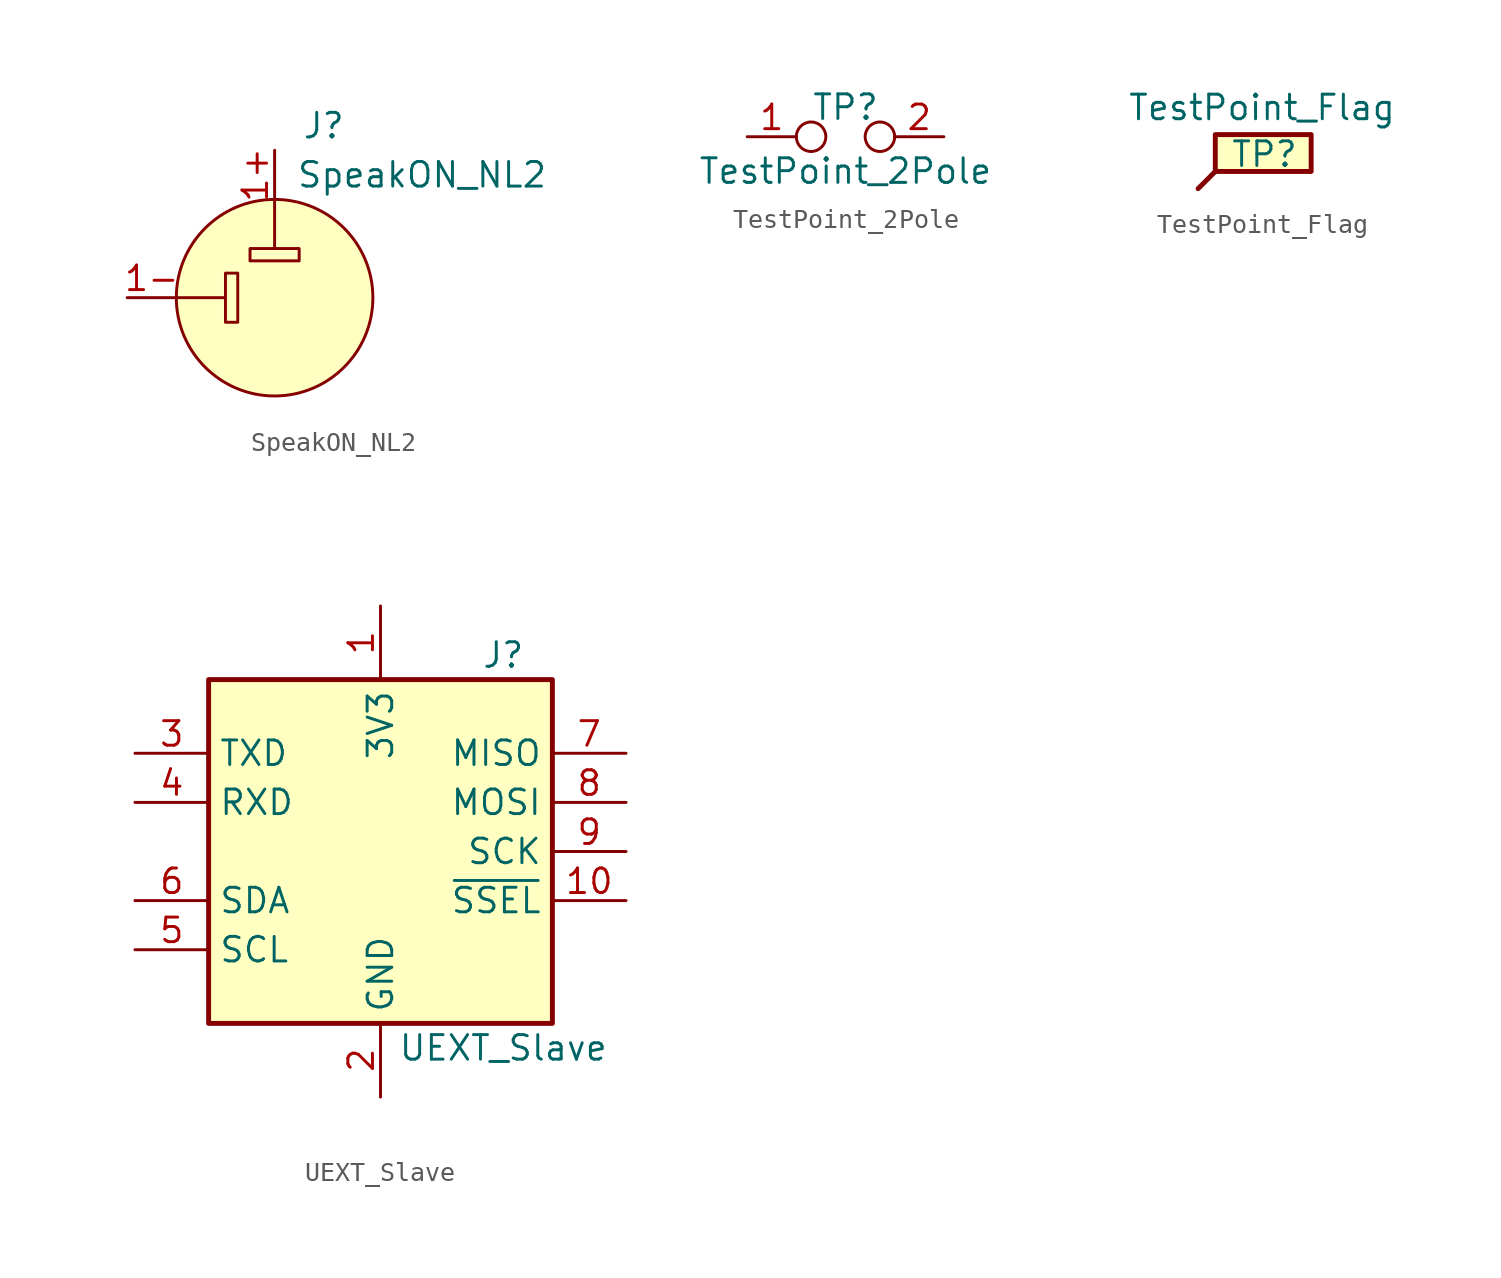
<source format=kicad_sym>
(kicad_symbol_lib
  (version 20211014)
  (generator kicad_symbol_editor)
  (symbol "SpeakON_NL2"
    (pin_names hide)
    (property "Reference" "J"
      (at 2.54 8.89 0)
      (effects (font (size 1.27 1.27))))
    (property "Value" "SpeakON_NL2"
      (at 7.62 6.35 0)
      (effects (font (size 1.27 1.27))))
    (symbol "SpeakON_NL2_0_1"
      (rectangle (start -2.54 1.27) (end -1.905 -1.27) (stroke (width 0) (type default) (color 0 0 0 0)) (fill (type none)))
      (rectangle (start -1.27 2.54) (end 1.27 1.905) (stroke (width 0) (type default) (color 0 0 0 0)) (fill (type none)))
      (polyline (pts (xy -5.08 0) (xy -2.54 0)) (stroke (width 0) (type default) (color 0 0 0 0)) (fill (type none)))
      (polyline (pts (xy 0 5.08) (xy 0 2.54)) (stroke (width 0) (type default) (color 0 0 0 0)) (fill (type none)))
      (circle (center 0 0) (radius 5.08) (stroke (width 0) (type default) (color 0 0 0 0)) (fill (type background)))
      (pin passive line (at -7.62 0 0) (length 2.54) (name "1-" (effects (font (size 1.27 1.27)))) (number "1-" (effects (font (size 1.27 1.27))))))
    (symbol "SpeakON_NL2_1_1"
      (pin passive line (at 0 7.62 270) (length 2.54) (name "1+" (effects (font (size 1.27 1.27)))) (number "1+" (effects (font (size 1.27 1.27)))))))
  (symbol "TestPoint_2Pole"
    (pin_names
      (offset 0.762) hide)
    (property "Reference" "TP"
      (at 0 1.524 0)
      (effects (font (size 1.27 1.27))))
    (property "Value" "TestPoint_2Pole"
      (at 0 -1.778 0)
      (effects (font (size 1.27 1.27))))
    (symbol "TestPoint_2Pole_0_1"
      (circle (center -1.778 0) (radius 0.762) (stroke (width 0) (type default) (color 0 0 0 0)) (fill (type none)))
      (circle (center 1.778 0) (radius 0.762) (stroke (width 0) (type default) (color 0 0 0 0)) (fill (type none)))
      (pin passive line (at -5.08 0 0) (length 2.54) (name "1" (effects (font (size 1.27 1.27)))) (number "1" (effects (font (size 1.27 1.27)))))
      (pin passive line (at 5.08 0 180) (length 2.54) (name "2" (effects (font (size 1.27 1.27)))) (number "2" (effects (font (size 1.27 1.27)))))))
  (symbol "TestPoint_Flag"
    (pin_numbers hide)
    (pin_names
      (offset 0.762) hide)
    (property "Reference" "TP"
      (at 3.429 1.778 0)
      (effects (font (size 1.27 1.27))))
    (property "Value" "TestPoint_Flag"
      (at 3.302 4.191 0)
      (effects (font (size 1.27 1.27))))
    (symbol "TestPoint_Flag_0_1"
      (polyline (pts (xy 0 0) (xy 0.889 0.889)) (stroke (width 0.254) (type default) (color 0 0 0 0)) (fill (type none)))
      (rectangle (start 0.889 2.794) (end 5.842 0.889) (stroke (width 0.254) (type default) (color 0 0 0 0)) (fill (type background))))
    (symbol "TestPoint_Flag_1_1"
      (pin passive line (at 0 0 90) (length 0) (name "1" (effects (font (size 1.27 1.27)))) (number "1" (effects (font (size 1.27 1.27)))))))
  (symbol "UEXT_Slave"
    (property "Reference" "J"
      (at 6.35 10.16 0)
      (effects (font (size 1.27 1.27))))
    (property "Value" "UEXT_Slave"
      (at 6.35 -10.16 0)
      (effects (font (size 1.27 1.27))))
    (symbol "UEXT_Slave_1_1"
      (rectangle (start -8.89 8.89) (end 8.89 -8.89) (stroke (width 0.254) (type default) (color 0 0 0 0)) (fill (type background)))
      (pin power_out line (at 0 12.7 270) (length 3.81) (name "3V3" (effects (font (size 1.27 1.27)))) (number "1" (effects (font (size 1.27 1.27)))))
      (pin input line (at 12.7 -2.54 180) (length 3.81) (name "~{SSEL}" (effects (font (size 1.27 1.27)))) (number "10" (effects (font (size 1.27 1.27)))))
      (pin power_in line (at 0 -12.7 90) (length 3.81) (name "GND" (effects (font (size 1.27 1.27)))) (number "2" (effects (font (size 1.27 1.27)))))
      (pin input line (at -12.7 5.08 0) (length 3.81) (name "TXD" (effects (font (size 1.27 1.27)))) (number "3" (effects (font (size 1.27 1.27)))))
      (pin output line (at -12.7 2.54 0) (length 3.81) (name "RXD" (effects (font (size 1.27 1.27)))) (number "4" (effects (font (size 1.27 1.27)))))
      (pin input line (at -12.7 -5.08 0) (length 3.81) (name "SCL" (effects (font (size 1.27 1.27)))) (number "5" (effects (font (size 1.27 1.27)))))
      (pin bidirectional line (at -12.7 -2.54 0) (length 3.81) (name "SDA" (effects (font (size 1.27 1.27)))) (number "6" (effects (font (size 1.27 1.27)))))
      (pin input line (at 12.7 5.08 180) (length 3.81) (name "MISO" (effects (font (size 1.27 1.27)))) (number "7" (effects (font (size 1.27 1.27)))))
      (pin output line (at 12.7 2.54 180) (length 3.81) (name "MOSI" (effects (font (size 1.27 1.27)))) (number "8" (effects (font (size 1.27 1.27)))))
      (pin input line (at 12.7 0 180) (length 3.81) (name "SCK" (effects (font (size 1.27 1.27)))) (number "9" (effects (font (size 1.27 1.27))))))))
</source>
